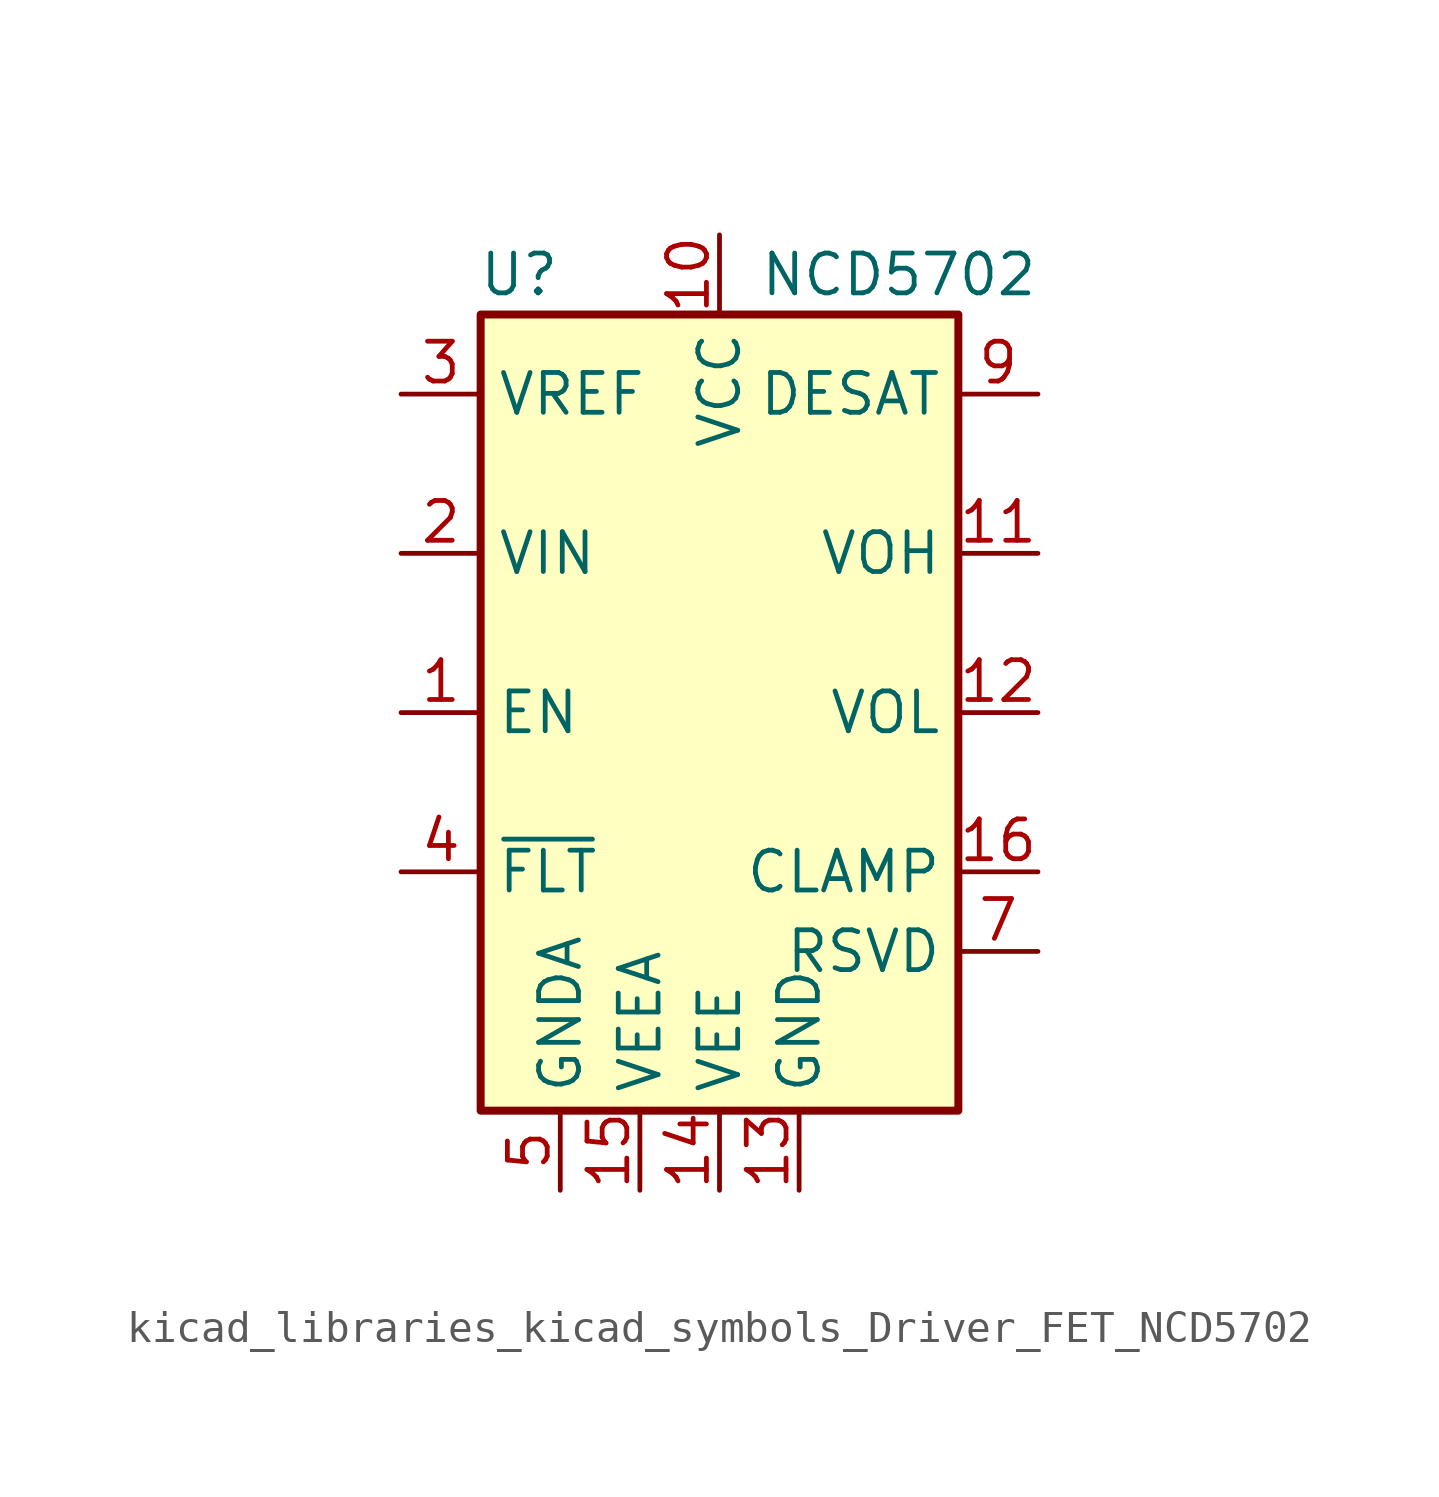
<source format=kicad_sym>
(kicad_symbol_lib
  (version 20220914)
  (generator kicad_symbol_editor)
  (symbol "kicad_libraries_kicad_symbols_Driver_FET_NCD5702"
    (property "Reference" "U"
      (at -5.08 13.97 0)
      (effects (font (size 1.27 1.27)) (justify right)))
    (property "Value" "NCD5702"
      (at 1.27 13.97 0)
      (effects (font (size 1.27 1.27)) (justify left)))
    (symbol "kicad_libraries_kicad_symbols_Driver_FET_NCD5702_0_1"
      (rectangle (start -7.62 12.7) (end 7.62 -12.7) (stroke (width 0.254) (type default)) (fill (type background))))
    (symbol "kicad_libraries_kicad_symbols_Driver_FET_NCD5702_1_1"
      (pin input line (at -10.16 0 0) (length 2.54) (name "EN" (effects (font (size 1.27 1.27)))) (number "1" (effects (font (size 1.27 1.27)))))
      (pin power_in line (at 0 15.24 270) (length 2.54) (name "VCC" (effects (font (size 1.27 1.27)))) (number "10" (effects (font (size 1.27 1.27)))))
      (pin open_emitter line (at 10.16 5.08 180) (length 2.54) (name "VOH" (effects (font (size 1.27 1.27)))) (number "11" (effects (font (size 1.27 1.27)))))
      (pin open_collector line (at 10.16 0 180) (length 2.54) (name "VOL" (effects (font (size 1.27 1.27)))) (number "12" (effects (font (size 1.27 1.27)))))
      (pin power_in line (at 2.54 -15.24 90) (length 2.54) (name "GND" (effects (font (size 1.27 1.27)))) (number "13" (effects (font (size 1.27 1.27)))))
      (pin power_in line (at 0 -15.24 90) (length 2.54) (name "VEE" (effects (font (size 1.27 1.27)))) (number "14" (effects (font (size 1.27 1.27)))))
      (pin power_in line (at -2.54 -15.24 90) (length 2.54) (name "VEEA" (effects (font (size 1.27 1.27)))) (number "15" (effects (font (size 1.27 1.27)))))
      (pin open_collector line (at 10.16 -5.08 180) (length 2.54) (name "CLAMP" (effects (font (size 1.27 1.27)))) (number "16" (effects (font (size 1.27 1.27)))))
      (pin input line (at -10.16 5.08 0) (length 2.54) (name "VIN" (effects (font (size 1.27 1.27)))) (number "2" (effects (font (size 1.27 1.27)))))
      (pin power_out line (at -10.16 10.16 0) (length 2.54) (name "VREF" (effects (font (size 1.27 1.27)))) (number "3" (effects (font (size 1.27 1.27)))))
      (pin open_collector line (at -10.16 -5.08 0) (length 2.54) (name "~{FLT}" (effects (font (size 1.27 1.27)))) (number "4" (effects (font (size 1.27 1.27)))))
      (pin power_in line (at -5.08 -15.24 90) (length 2.54) (name "GNDA" (effects (font (size 1.27 1.27)))) (number "5" (effects (font (size 1.27 1.27)))))
      (pin no_connect line (at -7.62 7.62 0) (length 2.54) hide (name "NC" (effects (font (size 1.27 1.27)))) (number "6" (effects (font (size 1.27 1.27)))))
      (pin passive line (at 10.16 -7.62 180) (length 2.54) (name "RSVD" (effects (font (size 1.27 1.27)))) (number "7" (effects (font (size 1.27 1.27)))))
      (pin no_connect line (at -7.62 2.54 0) (length 2.54) hide (name "NC" (effects (font (size 1.27 1.27)))) (number "8" (effects (font (size 1.27 1.27)))))
      (pin input line (at 10.16 10.16 180) (length 2.54) (name "DESAT" (effects (font (size 1.27 1.27)))) (number "9" (effects (font (size 1.27 1.27))))))))
</source>
